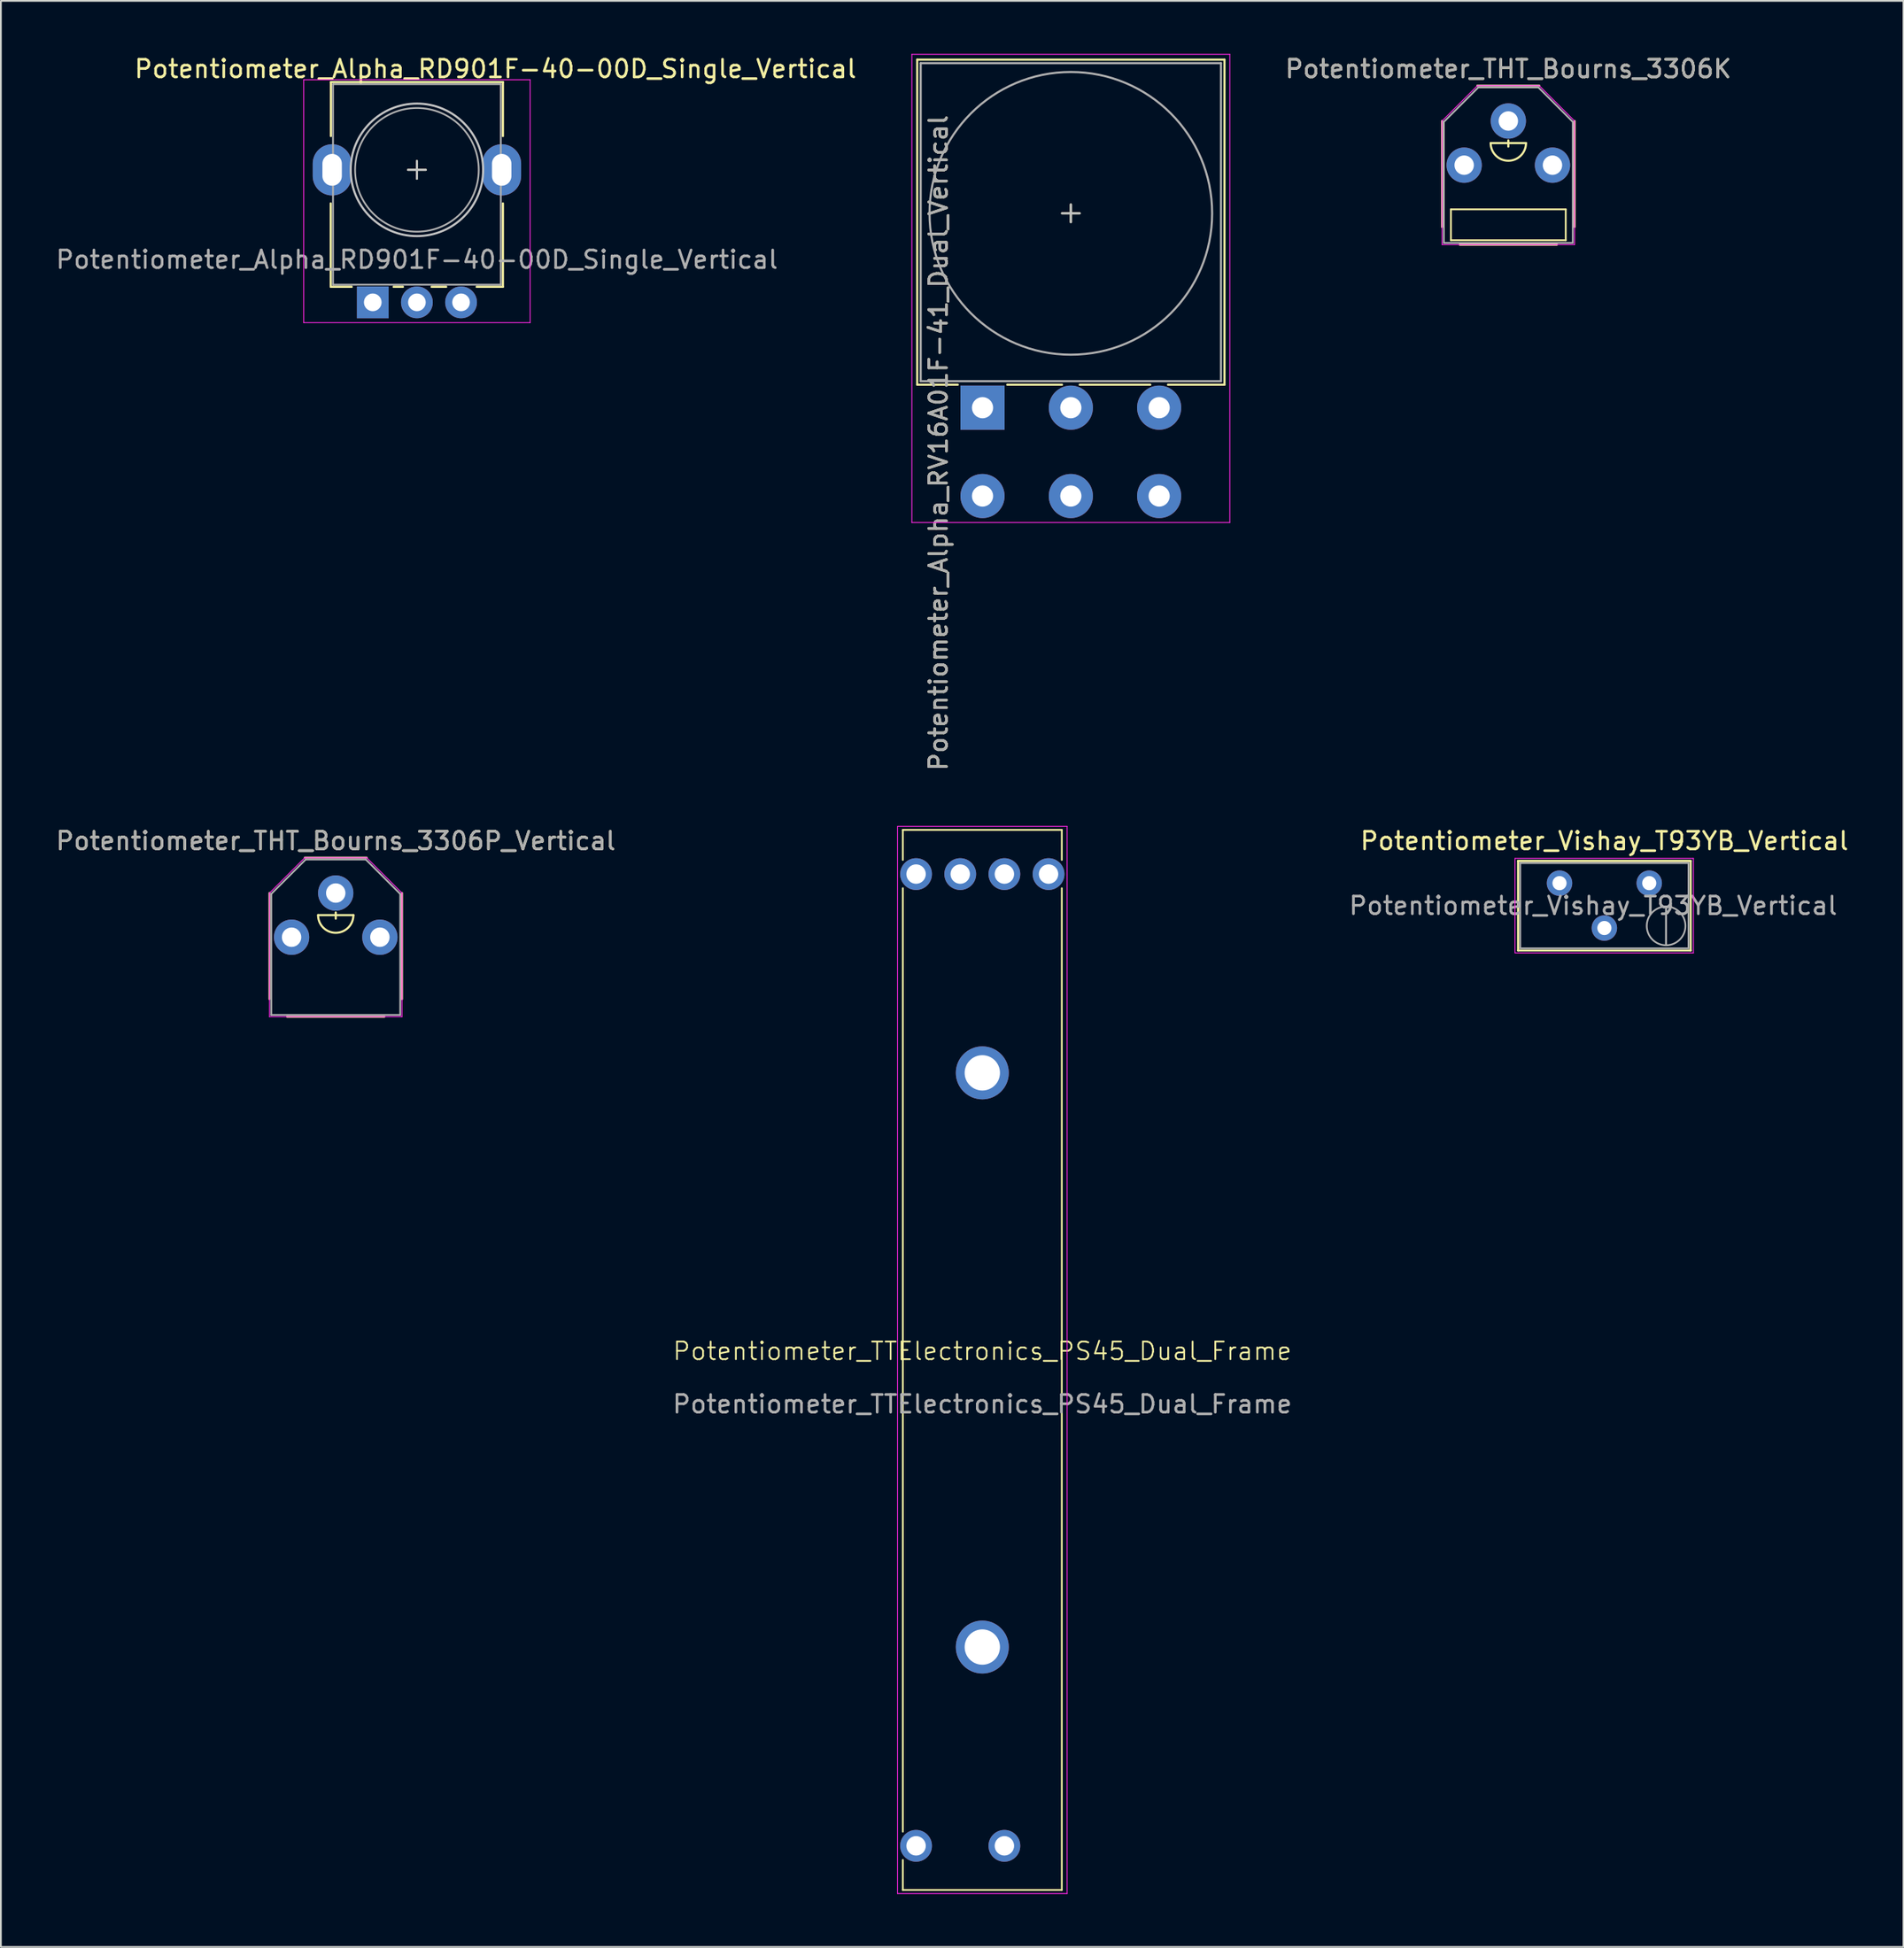
<source format=kicad_pcb>
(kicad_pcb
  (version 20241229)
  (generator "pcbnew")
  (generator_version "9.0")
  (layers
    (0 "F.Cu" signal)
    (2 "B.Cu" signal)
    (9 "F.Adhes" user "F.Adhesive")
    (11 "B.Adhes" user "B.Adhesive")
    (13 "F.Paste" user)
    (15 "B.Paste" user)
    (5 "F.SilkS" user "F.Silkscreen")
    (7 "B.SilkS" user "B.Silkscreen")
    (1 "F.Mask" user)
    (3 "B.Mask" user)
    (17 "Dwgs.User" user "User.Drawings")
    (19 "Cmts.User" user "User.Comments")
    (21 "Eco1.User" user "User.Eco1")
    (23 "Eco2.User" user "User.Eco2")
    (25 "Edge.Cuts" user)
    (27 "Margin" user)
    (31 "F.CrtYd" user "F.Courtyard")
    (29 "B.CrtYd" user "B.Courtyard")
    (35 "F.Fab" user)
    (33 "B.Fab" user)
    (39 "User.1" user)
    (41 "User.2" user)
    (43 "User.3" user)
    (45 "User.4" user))
  (footprint "Potentiometer_THT_Bourns_3306P_Vertical"
    (layer "F.Cu")
    (at 15.958 48.746)
    (property "Reference" "Potentiometer_THT_Bourns_3306P_Vertical" (at 0 -4.2 0) (layer "F.SilkS") (effects (font (size 1 1) (thickness 0.15))))
    (attr through_hole)
    (fp_line (start -3.75 -1.25) (end -3.75 4.75) (stroke (width 0.12) (type solid)) (layer "F.SilkS"))
    (fp_line (start -2.75 5.75) (end 2.75 5.75) (stroke (width 0.12) (type solid)) (layer "F.SilkS"))
    (fp_line (start -1.75 -3.25) (end 1.75 -3.25) (stroke (width 0.12) (type solid)) (layer "F.SilkS"))
    (fp_line (start 0 0.2) (end 0 -0.15) (stroke (width 0.12) (type solid)) (layer "F.SilkS"))
    (fp_line (start 1 0) (end -1 0) (stroke (width 0.12) (type solid)) (layer "F.SilkS"))
    (fp_line (start 3.75 4.75) (end 3.75 -1.25) (stroke (width 0.12) (type solid)) (layer "F.SilkS"))
    (fp_arc (start 1 0) (mid 0 1) (end -1 0) (stroke (width 0.12) (type solid)) (layer "F.SilkS"))
    (fp_line (start -3.75 -1.25) (end -3.75 5.75) (stroke (width 0.05) (type solid)) (layer "F.CrtYd"))
    (fp_line (start -3.75 5.75) (end 3.75 5.75) (stroke (width 0.05) (type solid)) (layer "F.CrtYd"))
    (fp_line (start -1.75 -3.25) (end -3.75 -1.25) (stroke (width 0.05) (type solid)) (layer "F.CrtYd"))
    (fp_line (start -1.75 -3.25) (end 1.75 -3.25) (stroke (width 0.05) (type solid)) (layer "F.CrtYd"))
    (fp_line (start 1.75 -3.25) (end 3.75 -1.25) (stroke (width 0.05) (type solid)) (layer "F.CrtYd"))
    (fp_line (start 3.75 -1.25) (end 3.75 5.75) (stroke (width 0.05) (type solid)) (layer "F.CrtYd"))
    (fp_line (start -3.65 -1.2) (end -1.7 -3.15) (stroke (width 0.1) (type solid)) (layer "F.Fab"))
    (fp_line (start -3.65 5.65) (end -3.65 -1.2) (stroke (width 0.1) (type solid)) (layer "F.Fab"))
    (fp_line (start -1.7 -3.15) (end 1.7 -3.15) (stroke (width 0.1) (type solid)) (layer "F.Fab"))
    (fp_line (start 1.7 -3.15) (end 3.65 -1.2) (stroke (width 0.1) (type solid)) (layer "F.Fab"))
    (fp_line (start 3.65 -1.2) (end 3.65 5.65) (stroke (width 0.1) (type solid)) (layer "F.Fab"))
    (fp_line (start 3.65 5.65) (end -3.65 5.65) (stroke (width 0.1) (type solid)) (layer "F.Fab"))
    (fp_text user "${REFERENCE}" (at 0 -4.2 0) (layer "F.Fab") (effects (font (size 1 1) (thickness 0.15))))
    (pad "1" thru_hole circle (at -2.5 1.25) (size 2 2) (drill 1.1) (layers "*.Cu" "*.Mask"))
    (pad "2" thru_hole circle (at 0 -1.25) (size 2 2) (drill 1.1) (layers "*.Cu" "*.Mask"))
    (pad "3" thru_hole circle (at 2.5 1.25) (size 2 2) (drill 1.1) (layers "*.Cu" "*.Mask")))
  (footprint "Potentiometer_Alpha_RD901F-40-00D_Single_Vertical"
    (layer "F.Cu")
    (at 20.554 6.563)
    (property "Reference" "Potentiometer_Alpha_RD901F-40-00D_Single_Vertical" (at 4.445 -5.715 0) (layer "F.SilkS") (effects (font (size 1 1) (thickness 0.15))))
    (attr through_hole)
    (fp_line (start -4.88 6.62) (end -4.88 1.9) (stroke (width 0.12) (type solid)) (layer "F.SilkS"))
    (fp_line (start -4.87 -1.91) (end -4.87 -4.97) (stroke (width 0.12) (type solid)) (layer "F.SilkS"))
    (fp_line (start -3.69 6.62) (end -4.87 6.62) (stroke (width 0.12) (type solid)) (layer "F.SilkS"))
    (fp_line (start -0.79 6.62) (end -1.32 6.62) (stroke (width 0.12) (type solid)) (layer "F.SilkS"))
    (fp_line (start -0.5 0) (end 0.5 0) (stroke (width 0.12) (type solid)) (layer "F.SilkS"))
    (fp_line (start 0 -0.5) (end 0 0.5) (stroke (width 0.12) (type solid)) (layer "F.SilkS"))
    (fp_line (start 1.66 6.62) (end 0.83 6.62) (stroke (width 0.12) (type solid)) (layer "F.SilkS"))
    (fp_line (start 4.87 -4.97) (end -4.87 -4.97) (stroke (width 0.12) (type solid)) (layer "F.SilkS"))
    (fp_line (start 4.87 -1.91) (end 4.87 -4.97) (stroke (width 0.12) (type solid)) (layer "F.SilkS"))
    (fp_line (start 4.87 6.62) (end 3.38 6.62) (stroke (width 0.12) (type solid)) (layer "F.SilkS"))
    (fp_line (start 4.87 6.62) (end 4.87 1.9) (stroke (width 0.12) (type solid)) (layer "F.SilkS"))
    (fp_line (start -0.5 0) (end 0.5 0) (stroke (width 0.12) (type solid)) (layer "Dwgs.User"))
    (fp_line (start 0 0.5) (end 0 -0.5) (stroke (width 0.12) (type solid)) (layer "Dwgs.User"))
    (fp_circle (center 0 0) (end 3.75 0) (stroke (width 0.12) (type solid)) (fill no) (layer "Dwgs.User"))
    (fp_line (start -6.41 -5.1) (end -6.41 8.65) (stroke (width 0.05) (type solid)) (layer "F.CrtYd"))
    (fp_line (start -6.41 8.65) (end 6.41 8.65) (stroke (width 0.05) (type solid)) (layer "F.CrtYd"))
    (fp_line (start 6.41 -5.1) (end -6.41 -5.1) (stroke (width 0.05) (type solid)) (layer "F.CrtYd"))
    (fp_line (start 6.41 8.65) (end 6.41 -5.1) (stroke (width 0.05) (type solid)) (layer "F.CrtYd"))
    (fp_line (start -4.75 6.5) (end -4.75 -4.85) (stroke (width 0.1) (type solid)) (layer "F.Fab"))
    (fp_line (start 4.75 -4.85) (end -4.75 -4.85) (stroke (width 0.1) (type solid)) (layer "F.Fab"))
    (fp_line (start 4.75 6.5) (end -4.75 6.5) (stroke (width 0.1) (type solid)) (layer "F.Fab"))
    (fp_line (start 4.75 6.5) (end 4.75 -4.85) (stroke (width 0.1) (type solid)) (layer "F.Fab"))
    (fp_circle (center 0 0) (end -3.5 0) (stroke (width 0.1) (type solid)) (fill no) (layer "F.Fab"))
    (fp_text user "${REFERENCE}" (at 0 5.08 180) (layer "F.Fab") (effects (font (size 1 1) (thickness 0.15))))
    (pad "" thru_hole oval (at -4.8 0 180) (size 2.2 2.9) (drill oval 1.1 1.8) (layers "*.Cu" "*.Mask"))
    (pad "" thru_hole oval (at 4.8 0 180) (size 2.2 2.9) (drill oval 1.1 1.8) (layers "*.Cu" "*.Mask"))
    (pad "1" thru_hole rect (at -2.5 7.5 180) (size 1.8 1.8) (drill 1) (layers "*.Cu" "*.Mask"))
    (pad "2" thru_hole circle (at 0 7.5 180) (size 1.8 1.8) (drill 1) (layers "*.Cu" "*.Mask"))
    (pad "3" thru_hole circle (at 2.5 7.5 180) (size 1.8 1.8) (drill 1) (layers "*.Cu" "*.Mask"))
    (zone (net_name "") (layers "F.Cu" "F.SilkS") (hatch edge 0.508) (connect_pads) (min_thickness 0.254) (filled_areas_thickness no) (keepout (tracks not_allowed) (vias not_allowed) (pads not_allowed) (copperpour not_allowed) (footprints allowed)) (placement (enabled no)) (fill) (polygon (pts (xy 22.354 3.163) (xy 18.754 3.163) (xy 18.754 2.063) (xy 22.354 2.063))))
    (zone (net_name "") (layers "F.Cu" "F.SilkS") (hatch edge 0.508) (connect_pads) (min_thickness 0.254) (filled_areas_thickness no) (keepout (tracks not_allowed) (vias not_allowed) (pads not_allowed) (copperpour not_allowed) (footprints allowed)) (placement (enabled no)) (fill) (polygon (pts (xy 22.354 11.163) (xy 18.754 11.163) (xy 18.754 10.063) (xy 22.354 10.063)))))
  (footprint "Potentiometer_TTElectronics_PS45_Dual_Frame"
    (layer "F.Cu")
    (at 52.565 73.923)
    (property "Reference" "Potentiometer_TTElectronics_PS45_Dual_Frame" (at 0 -0.5 0) (unlocked yes) (layer "F.SilkS") (effects (font (size 1 1) (thickness 0.1))))
    (attr through_hole)
    (fp_line (start -4.5 -30) (end -4.5 -28.3) (stroke (width 0.1) (type default)) (layer "F.SilkS"))
    (fp_line (start -4.5 -30) (end 4.5 -30) (stroke (width 0.1) (type default)) (layer "F.SilkS"))
    (fp_line (start -4.5 26.7) (end -4.5 -26.7) (stroke (width 0.1) (type default)) (layer "F.SilkS"))
    (fp_line (start -4.5 28.3) (end -4.5 30) (stroke (width 0.1) (type default)) (layer "F.SilkS"))
    (fp_line (start 4.5 -30) (end 4.5 -28.3) (stroke (width 0.1) (type default)) (layer "F.SilkS"))
    (fp_line (start 4.5 -26.7) (end 4.5 30) (stroke (width 0.1) (type default)) (layer "F.SilkS"))
    (fp_line (start 4.5 30) (end -4.5 30) (stroke (width 0.1) (type default)) (layer "F.SilkS"))
    (fp_line (start -4.8 -30.2) (end 4.8 -30.2) (stroke (width 0.05) (type default)) (layer "F.CrtYd"))
    (fp_line (start -4.8 30.2) (end -4.8 -30.2) (stroke (width 0.05) (type default)) (layer "F.CrtYd"))
    (fp_line (start 4.8 -30.2) (end 4.8 30.2) (stroke (width 0.05) (type default)) (layer "F.CrtYd"))
    (fp_line (start 4.8 30.2) (end -4.8 30.2) (stroke (width 0.05) (type default)) (layer "F.CrtYd"))
    (fp_text user "${REFERENCE}" (at 0 2.5 0) (unlocked yes) (layer "F.Fab") (effects (font (size 1 1) (thickness 0.15))))
    (pad "" thru_hole circle (at 0 -16.25) (size 3 3) (drill 2) (layers "*.Cu" "*.Mask"))
    (pad "" thru_hole circle (at 0 16.25) (size 3 3) (drill 2) (layers "*.Cu" "*.Mask"))
    (pad "1" thru_hole circle (at -3.75 -27.5) (size 1.8 1.8) (drill 1.1) (layers "*.Cu" "*.Mask"))
    (pad "2" thru_hole circle (at -1.25 -27.5) (size 1.8 1.8) (drill 1.1) (layers "*.Cu" "*.Mask"))
    (pad "3" thru_hole circle (at -3.75 27.5) (size 1.8 1.8) (drill 1.1) (layers "*.Cu" "*.Mask"))
    (pad "4" thru_hole circle (at 1.25 -27.5) (size 1.8 1.8) (drill 1.1) (layers "*.Cu" "*.Mask"))
    (pad "5" thru_hole circle (at 3.75 -27.5) (size 1.8 1.8) (drill 1.1) (layers "*.Cu" "*.Mask"))
    (pad "6" thru_hole circle (at 1.25 27.5) (size 1.8 1.8) (drill 1.1) (layers "*.Cu" "*.Mask")))
  (footprint "Potentiometer_Alpha_RV16A01F-41_Dual_Vertical"
    (layer "F.Cu")
    (at 57.577 9.025)
    (property "Reference" "Potentiometer_Alpha_RV16A01F-41_Dual_Vertical" (at -7.5 13 270) (layer "F.SilkS") (effects (font (size 1 1) (thickness 0.15))))
    (attr through_hole)
    (fp_line (start -8.7 -8.7) (end 8.7 -8.7) (stroke (width 0.12) (type solid)) (layer "F.SilkS"))
    (fp_line (start -8.7 9.7) (end -8.7 -8.7) (stroke (width 0.12) (type solid)) (layer "F.SilkS"))
    (fp_line (start -8.7 9.7) (end -6.4 9.7) (stroke (width 0.12) (type solid)) (layer "F.SilkS"))
    (fp_line (start -3.6 9.7) (end -0.5 9.7) (stroke (width 0.12) (type solid)) (layer "F.SilkS"))
    (fp_line (start -0.5 0) (end 0.5 0) (stroke (width 0.12) (type solid)) (layer "F.SilkS"))
    (fp_line (start 0 -0.5) (end 0 0.5) (stroke (width 0.12) (type solid)) (layer "F.SilkS"))
    (fp_line (start 0.5 9.7) (end 4.5 9.7) (stroke (width 0.12) (type solid)) (layer "F.SilkS"))
    (fp_line (start 5.5 9.7) (end 8.7 9.7) (stroke (width 0.12) (type solid)) (layer "F.SilkS"))
    (fp_line (start 8.7 -8.7) (end 8.7 9.7) (stroke (width 0.12) (type solid)) (layer "F.SilkS"))
    (fp_line (start -0.5 0) (end 0.5 0) (stroke (width 0.12) (type solid)) (layer "Dwgs.User"))
    (fp_line (start 0 0.5) (end 0 -0.5) (stroke (width 0.12) (type solid)) (layer "Dwgs.User"))
    (fp_line (start -9 -9) (end 9 -9) (stroke (width 0.05) (type solid)) (layer "F.CrtYd"))
    (fp_line (start -9 17.5) (end -9 -9) (stroke (width 0.05) (type solid)) (layer "F.CrtYd"))
    (fp_line (start 9 -9) (end 9 17.5) (stroke (width 0.05) (type solid)) (layer "F.CrtYd"))
    (fp_line (start 9 17.5) (end -9 17.5) (stroke (width 0.05) (type solid)) (layer "F.CrtYd"))
    (fp_line (start -8.5 -8.5) (end 8.5 -8.5) (stroke (width 0.12) (type solid)) (layer "F.Fab"))
    (fp_line (start -8.5 9.5) (end -8.5 -8.5) (stroke (width 0.12) (type solid)) (layer "F.Fab"))
    (fp_line (start 8.5 -8.5) (end 8.5 9.5) (stroke (width 0.12) (type solid)) (layer "F.Fab"))
    (fp_line (start 8.5 9.5) (end -8.5 9.5) (stroke (width 0.12) (type solid)) (layer "F.Fab"))
    (fp_circle (center 0 0) (end 8 0) (stroke (width 0.12) (type solid)) (fill no) (layer "F.Fab"))
    (fp_text user "${REFERENCE}" (at -7.5 13 90) (layer "F.Fab") (effects (font (size 1 1) (thickness 0.15))))
    (pad "1" thru_hole rect (at -5 11 90) (size 2.5 2.5) (drill 1.2) (layers "*.Cu" "*.Mask"))
    (pad "2" thru_hole circle (at 0 11 90) (size 2.5 2.5) (drill 1.2) (layers "*.Cu" "*.Mask"))
    (pad "3" thru_hole circle (at 5 11 90) (size 2.5 2.5) (drill 1.2) (layers "*.Cu" "*.Mask"))
    (pad "4" thru_hole circle (at -5 16 90) (size 2.5 2.5) (drill 1.2) (layers "*.Cu" "*.Mask"))
    (pad "5" thru_hole circle (at 0 16 90) (size 2.5 2.5) (drill 1.2) (layers "*.Cu" "*.Mask"))
    (pad "6" thru_hole circle (at 5 16 90) (size 2.5 2.5) (drill 1.2) (layers "*.Cu" "*.Mask")))
  (footprint "Potentiometer_Vishay_T93YB_Vertical"
    (layer "F.Cu")
    (at 90.324 46.936)
    (property "Reference" "Potentiometer_Vishay_T93YB_Vertical" (at -2.54 -2.39 0) (layer "F.SilkS") (effects (font (size 1 1) (thickness 0.15))))
    (attr through_hole)
    (fp_line (start -7.425 -1.26) (end -7.425 3.81) (stroke (width 0.12) (type solid)) (layer "F.SilkS"))
    (fp_line (start -7.425 -1.26) (end 2.345 -1.26) (stroke (width 0.12) (type solid)) (layer "F.SilkS"))
    (fp_line (start -7.425 3.81) (end 2.345 3.81) (stroke (width 0.12) (type solid)) (layer "F.SilkS"))
    (fp_line (start 2.345 -1.26) (end 2.345 3.81) (stroke (width 0.12) (type solid)) (layer "F.SilkS"))
    (fp_line (start -7.6 -1.4) (end -7.6 3.95) (stroke (width 0.05) (type solid)) (layer "F.CrtYd"))
    (fp_line (start -7.6 3.95) (end 2.5 3.95) (stroke (width 0.05) (type solid)) (layer "F.CrtYd"))
    (fp_line (start 2.5 -1.4) (end -7.6 -1.4) (stroke (width 0.05) (type solid)) (layer "F.CrtYd"))
    (fp_line (start 2.5 3.95) (end 2.5 -1.4) (stroke (width 0.05) (type solid)) (layer "F.CrtYd"))
    (fp_line (start -7.305 -1.14) (end -7.305 3.69) (stroke (width 0.1) (type solid)) (layer "F.Fab"))
    (fp_line (start -7.305 3.69) (end 2.225 3.69) (stroke (width 0.1) (type solid)) (layer "F.Fab"))
    (fp_line (start 0.955 3.505) (end 0.956 1.336) (stroke (width 0.1) (type solid)) (layer "F.Fab"))
    (fp_line (start 0.955 3.505) (end 0.956 1.336) (stroke (width 0.1) (type solid)) (layer "F.Fab"))
    (fp_line (start 2.225 -1.14) (end -7.305 -1.14) (stroke (width 0.1) (type solid)) (layer "F.Fab"))
    (fp_line (start 2.225 3.69) (end 2.225 -1.14) (stroke (width 0.1) (type solid)) (layer "F.Fab"))
    (fp_circle (center 0.955 2.42) (end 2.05 2.42) (stroke (width 0.1) (type solid)) (fill no) (layer "F.Fab"))
    (fp_text user "${REFERENCE}" (at -3.175 1.275 0) (layer "F.Fab") (effects (font (size 1 1) (thickness 0.15))))
    (pad "1" thru_hole circle (at 0 0) (size 1.44 1.44) (drill 0.8) (layers "*.Cu" "*.Mask"))
    (pad "2" thru_hole circle (at -2.54 2.54) (size 1.44 1.44) (drill 0.8) (layers "*.Cu" "*.Mask"))
    (pad "3" thru_hole circle (at -5.08 0) (size 1.44 1.44) (drill 0.8) (layers "*.Cu" "*.Mask")))
  (footprint "Potentiometer_THT_Bourns_3306K"
    (layer "F.Cu")
    (at 82.346 5.048)
    (property "Reference" "Potentiometer_THT_Bourns_3306K" (at 0 -4.2 0) (layer "F.SilkS") (effects (font (size 1 1) (thickness 0.15))))
    (attr through_hole)
    (fp_line (start -3.75 -1.25) (end -3.75 4.75) (stroke (width 0.12) (type solid)) (layer "F.SilkS"))
    (fp_line (start -3.25 3.75) (end 3.25 3.75) (stroke (width 0.1) (type default)) (layer "F.SilkS"))
    (fp_line (start -3.25 5.5) (end -3.25 3.75) (stroke (width 0.1) (type default)) (layer "F.SilkS"))
    (fp_line (start -2.75 5.75) (end 2.75 5.75) (stroke (width 0.12) (type solid)) (layer "F.SilkS"))
    (fp_line (start -1.75 -3.25) (end 1.75 -3.25) (stroke (width 0.12) (type solid)) (layer "F.SilkS"))
    (fp_line (start 0 0.2) (end 0 -0.15) (stroke (width 0.12) (type solid)) (layer "F.SilkS"))
    (fp_line (start 1 0) (end -1 0) (stroke (width 0.12) (type solid)) (layer "F.SilkS"))
    (fp_line (start 3.25 3.75) (end 3.25 5.5) (stroke (width 0.1) (type default)) (layer "F.SilkS"))
    (fp_line (start 3.25 5.5) (end -3.25 5.5) (stroke (width 0.1) (type default)) (layer "F.SilkS"))
    (fp_line (start 3.75 4.75) (end 3.75 -1.25) (stroke (width 0.12) (type solid)) (layer "F.SilkS"))
    (fp_arc (start 1 0) (mid 0 1) (end -1 0) (stroke (width 0.12) (type solid)) (layer "F.SilkS"))
    (fp_line (start -3.75 -1.25) (end -3.75 5.75) (stroke (width 0.05) (type solid)) (layer "F.CrtYd"))
    (fp_line (start -3.75 5.75) (end 3.75 5.75) (stroke (width 0.05) (type solid)) (layer "F.CrtYd"))
    (fp_line (start -1.75 -3.25) (end -3.75 -1.25) (stroke (width 0.05) (type solid)) (layer "F.CrtYd"))
    (fp_line (start -1.75 -3.25) (end 1.75 -3.25) (stroke (width 0.05) (type solid)) (layer "F.CrtYd"))
    (fp_line (start 1.75 -3.25) (end 3.75 -1.25) (stroke (width 0.05) (type solid)) (layer "F.CrtYd"))
    (fp_line (start 3.75 -1.25) (end 3.75 5.75) (stroke (width 0.05) (type solid)) (layer "F.CrtYd"))
    (fp_line (start -3.65 -1.2) (end -1.7 -3.15) (stroke (width 0.1) (type solid)) (layer "F.Fab"))
    (fp_line (start -3.65 5.65) (end -3.65 -1.2) (stroke (width 0.1) (type solid)) (layer "F.Fab"))
    (fp_line (start -1.7 -3.15) (end 1.7 -3.15) (stroke (width 0.1) (type solid)) (layer "F.Fab"))
    (fp_line (start 1.7 -3.15) (end 3.65 -1.2) (stroke (width 0.1) (type solid)) (layer "F.Fab"))
    (fp_line (start 3.65 -1.2) (end 3.65 5.65) (stroke (width 0.1) (type solid)) (layer "F.Fab"))
    (fp_line (start 3.65 5.65) (end -3.65 5.65) (stroke (width 0.1) (type solid)) (layer "F.Fab"))
    (fp_text user "${REFERENCE}" (at 0 -4.2 0) (layer "F.Fab") (effects (font (size 1 1) (thickness 0.15))))
    (pad "1" thru_hole circle (at -2.5 1.25) (size 2 2) (drill 1.1) (layers "*.Cu" "*.Mask"))
    (pad "2" thru_hole circle (at 0 -1.25) (size 2 2) (drill 1.1) (layers "*.Cu" "*.Mask"))
    (pad "3" thru_hole circle (at 2.5 1.25) (size 2 2) (drill 1.1) (layers "*.Cu" "*.Mask")))
  (gr_rect
    (start -3 -3)
    (end 104.718 107.148)
    (stroke (width 0.1) (type default))
    (fill no)
    (layer "Edge.Cuts")))
</source>
